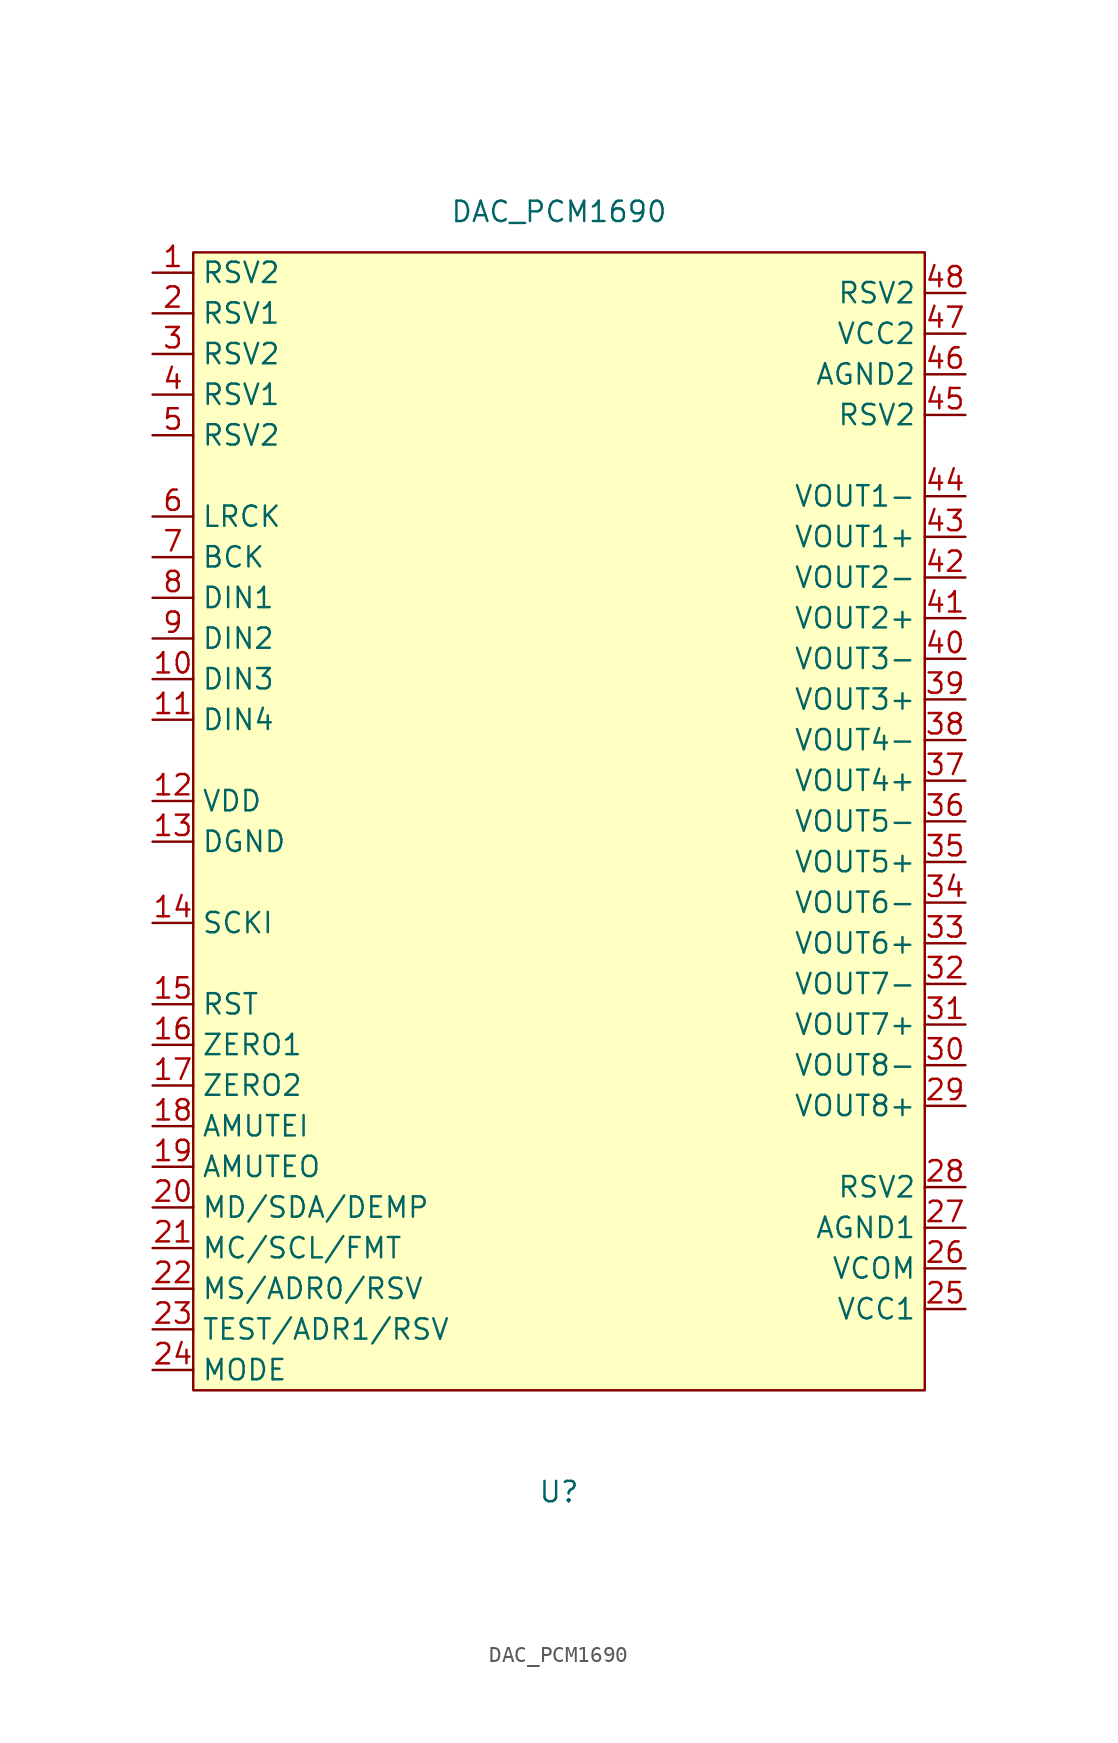
<source format=kicad_sym>
(kicad_symbol_lib
  (version 20211014)
  (generator kicad_symbol_editor)
  (symbol "DAC_PCM1690"
    (property "Reference" "U"
      (at 0 -41.91 0)
      (effects (font (size 1.27 1.27))))
    (property "Value" "DAC_PCM1690"
      (at 0 38.1 0)
      (effects (font (size 1.27 1.27))))
    (symbol "DAC_PCM1690_0_1"
      (rectangle (start -22.86 35.56) (end 22.86 -35.56) (stroke (width 0) (type default) (color 0 0 0 0)) (fill (type background))))
    (symbol "DAC_PCM1690_1_1"
      (pin unspecified line (at -25.4 34.29 0) (length 2.54) (name "RSV2" (effects (font (size 1.27 1.27)))) (number "1" (effects (font (size 1.27 1.27)))))
      (pin input line (at -25.4 8.89 0) (length 2.54) (name "DIN3" (effects (font (size 1.27 1.27)))) (number "10" (effects (font (size 1.27 1.27)))))
      (pin input line (at -25.4 6.35 0) (length 2.54) (name "DIN4" (effects (font (size 1.27 1.27)))) (number "11" (effects (font (size 1.27 1.27)))))
      (pin power_in line (at -25.4 1.27 0) (length 2.54) (name "VDD" (effects (font (size 1.27 1.27)))) (number "12" (effects (font (size 1.27 1.27)))))
      (pin power_in line (at -25.4 -1.27 0) (length 2.54) (name "DGND" (effects (font (size 1.27 1.27)))) (number "13" (effects (font (size 1.27 1.27)))))
      (pin input line (at -25.4 -6.35 0) (length 2.54) (name "SCKI" (effects (font (size 1.27 1.27)))) (number "14" (effects (font (size 1.27 1.27)))))
      (pin input line (at -25.4 -11.43 0) (length 2.54) (name "RST" (effects (font (size 1.27 1.27)))) (number "15" (effects (font (size 1.27 1.27)))))
      (pin output line (at -25.4 -13.97 0) (length 2.54) (name "ZERO1" (effects (font (size 1.27 1.27)))) (number "16" (effects (font (size 1.27 1.27)))))
      (pin output line (at -25.4 -16.51 0) (length 2.54) (name "ZERO2" (effects (font (size 1.27 1.27)))) (number "17" (effects (font (size 1.27 1.27)))))
      (pin input line (at -25.4 -19.05 0) (length 2.54) (name "AMUTEI" (effects (font (size 1.27 1.27)))) (number "18" (effects (font (size 1.27 1.27)))))
      (pin output line (at -25.4 -21.59 0) (length 2.54) (name "AMUTEO" (effects (font (size 1.27 1.27)))) (number "19" (effects (font (size 1.27 1.27)))))
      (pin free line (at -25.4 31.75 0) (length 2.54) (name "RSV1" (effects (font (size 1.27 1.27)))) (number "2" (effects (font (size 1.27 1.27)))))
      (pin bidirectional line (at -25.4 -24.13 0) (length 2.54) (name "MD/SDA/DEMP" (effects (font (size 1.27 1.27)))) (number "20" (effects (font (size 1.27 1.27)))))
      (pin input line (at -25.4 -26.67 0) (length 2.54) (name "MC/SCL/FMT" (effects (font (size 1.27 1.27)))) (number "21" (effects (font (size 1.27 1.27)))))
      (pin bidirectional line (at -25.4 -29.21 0) (length 2.54) (name "MS/ADR0/RSV" (effects (font (size 1.27 1.27)))) (number "22" (effects (font (size 1.27 1.27)))))
      (pin bidirectional line (at -25.4 -31.75 0) (length 2.54) (name "TEST/ADR1/RSV" (effects (font (size 1.27 1.27)))) (number "23" (effects (font (size 1.27 1.27)))))
      (pin input line (at -25.4 -34.29 0) (length 2.54) (name "MODE" (effects (font (size 1.27 1.27)))) (number "24" (effects (font (size 1.27 1.27)))))
      (pin power_in line (at 25.4 -30.48 180) (length 2.54) (name "VCC1" (effects (font (size 1.27 1.27)))) (number "25" (effects (font (size 1.27 1.27)))))
      (pin unspecified line (at 25.4 -27.94 180) (length 2.54) (name "VCOM" (effects (font (size 1.27 1.27)))) (number "26" (effects (font (size 1.27 1.27)))))
      (pin power_in line (at 25.4 -25.4 180) (length 2.54) (name "AGND1" (effects (font (size 1.27 1.27)))) (number "27" (effects (font (size 1.27 1.27)))))
      (pin unspecified line (at 25.4 -22.86 180) (length 2.54) (name "RSV2" (effects (font (size 1.27 1.27)))) (number "28" (effects (font (size 1.27 1.27)))))
      (pin output line (at 25.4 -17.78 180) (length 2.54) (name "VOUT8+" (effects (font (size 1.27 1.27)))) (number "29" (effects (font (size 1.27 1.27)))))
      (pin unspecified line (at -25.4 29.21 0) (length 2.54) (name "RSV2" (effects (font (size 1.27 1.27)))) (number "3" (effects (font (size 1.27 1.27)))))
      (pin output line (at 25.4 -15.24 180) (length 2.54) (name "VOUT8-" (effects (font (size 1.27 1.27)))) (number "30" (effects (font (size 1.27 1.27)))))
      (pin output line (at 25.4 -12.7 180) (length 2.54) (name "VOUT7+" (effects (font (size 1.27 1.27)))) (number "31" (effects (font (size 1.27 1.27)))))
      (pin output line (at 25.4 -10.16 180) (length 2.54) (name "VOUT7-" (effects (font (size 1.27 1.27)))) (number "32" (effects (font (size 1.27 1.27)))))
      (pin output line (at 25.4 -7.62 180) (length 2.54) (name "VOUT6+" (effects (font (size 1.27 1.27)))) (number "33" (effects (font (size 1.27 1.27)))))
      (pin output line (at 25.4 -5.08 180) (length 2.54) (name "VOUT6-" (effects (font (size 1.27 1.27)))) (number "34" (effects (font (size 1.27 1.27)))))
      (pin output line (at 25.4 -2.54 180) (length 2.54) (name "VOUT5+" (effects (font (size 1.27 1.27)))) (number "35" (effects (font (size 1.27 1.27)))))
      (pin output line (at 25.4 0 180) (length 2.54) (name "VOUT5-" (effects (font (size 1.27 1.27)))) (number "36" (effects (font (size 1.27 1.27)))))
      (pin output line (at 25.4 2.54 180) (length 2.54) (name "VOUT4+" (effects (font (size 1.27 1.27)))) (number "37" (effects (font (size 1.27 1.27)))))
      (pin output line (at 25.4 5.08 180) (length 2.54) (name "VOUT4-" (effects (font (size 1.27 1.27)))) (number "38" (effects (font (size 1.27 1.27)))))
      (pin output line (at 25.4 7.62 180) (length 2.54) (name "VOUT3+" (effects (font (size 1.27 1.27)))) (number "39" (effects (font (size 1.27 1.27)))))
      (pin free line (at -25.4 26.67 0) (length 2.54) (name "RSV1" (effects (font (size 1.27 1.27)))) (number "4" (effects (font (size 1.27 1.27)))))
      (pin output line (at 25.4 10.16 180) (length 2.54) (name "VOUT3-" (effects (font (size 1.27 1.27)))) (number "40" (effects (font (size 1.27 1.27)))))
      (pin output line (at 25.4 12.7 180) (length 2.54) (name "VOUT2+" (effects (font (size 1.27 1.27)))) (number "41" (effects (font (size 1.27 1.27)))))
      (pin output line (at 25.4 15.24 180) (length 2.54) (name "VOUT2-" (effects (font (size 1.27 1.27)))) (number "42" (effects (font (size 1.27 1.27)))))
      (pin output line (at 25.4 17.78 180) (length 2.54) (name "VOUT1+" (effects (font (size 1.27 1.27)))) (number "43" (effects (font (size 1.27 1.27)))))
      (pin output line (at 25.4 20.32 180) (length 2.54) (name "VOUT1-" (effects (font (size 1.27 1.27)))) (number "44" (effects (font (size 1.27 1.27)))))
      (pin unspecified line (at 25.4 25.4 180) (length 2.54) (name "RSV2" (effects (font (size 1.27 1.27)))) (number "45" (effects (font (size 1.27 1.27)))))
      (pin power_in line (at 25.4 27.94 180) (length 2.54) (name "AGND2" (effects (font (size 1.27 1.27)))) (number "46" (effects (font (size 1.27 1.27)))))
      (pin power_in line (at 25.4 30.48 180) (length 2.54) (name "VCC2" (effects (font (size 1.27 1.27)))) (number "47" (effects (font (size 1.27 1.27)))))
      (pin unspecified line (at 25.4 33.02 180) (length 2.54) (name "RSV2" (effects (font (size 1.27 1.27)))) (number "48" (effects (font (size 1.27 1.27)))))
      (pin unspecified line (at -25.4 24.13 0) (length 2.54) (name "RSV2" (effects (font (size 1.27 1.27)))) (number "5" (effects (font (size 1.27 1.27)))))
      (pin input line (at -25.4 19.05 0) (length 2.54) (name "LRCK" (effects (font (size 1.27 1.27)))) (number "6" (effects (font (size 1.27 1.27)))))
      (pin input line (at -25.4 16.51 0) (length 2.54) (name "BCK" (effects (font (size 1.27 1.27)))) (number "7" (effects (font (size 1.27 1.27)))))
      (pin input line (at -25.4 13.97 0) (length 2.54) (name "DIN1" (effects (font (size 1.27 1.27)))) (number "8" (effects (font (size 1.27 1.27)))))
      (pin input line (at -25.4 11.43 0) (length 2.54) (name "DIN2" (effects (font (size 1.27 1.27)))) (number "9" (effects (font (size 1.27 1.27))))))))
</source>
